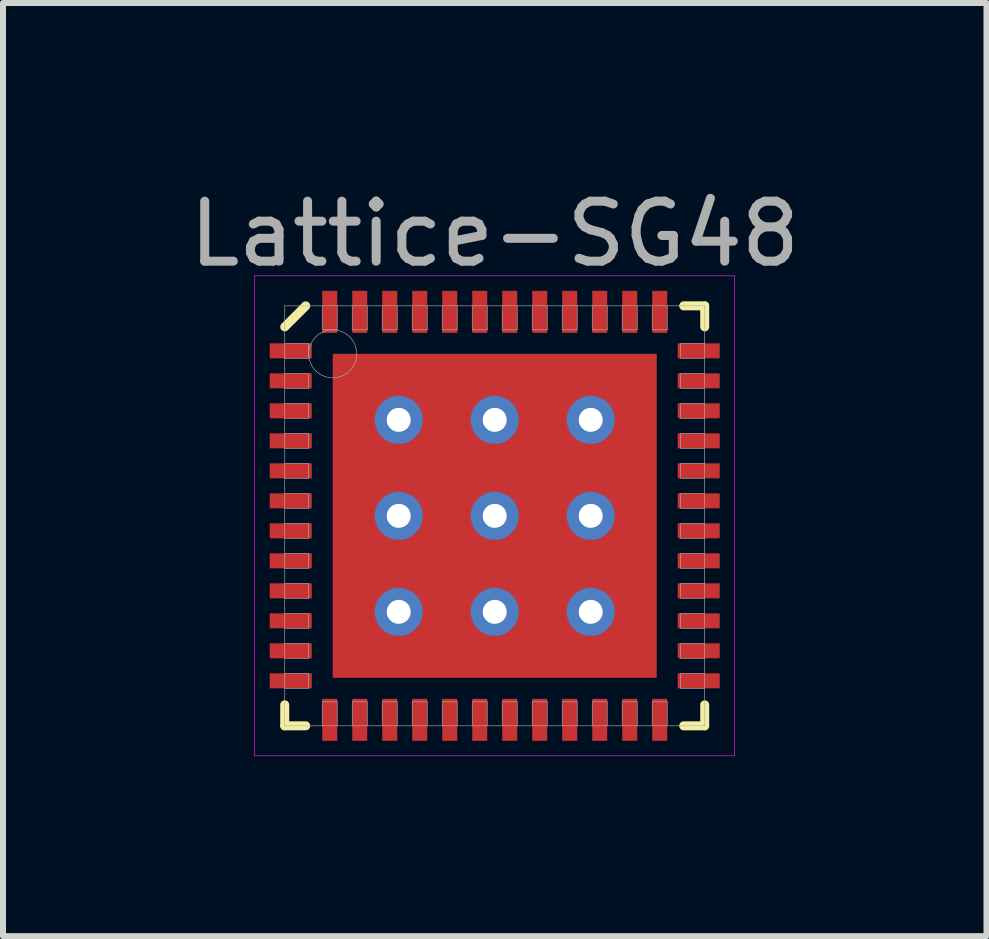
<source format=kicad_pcb>
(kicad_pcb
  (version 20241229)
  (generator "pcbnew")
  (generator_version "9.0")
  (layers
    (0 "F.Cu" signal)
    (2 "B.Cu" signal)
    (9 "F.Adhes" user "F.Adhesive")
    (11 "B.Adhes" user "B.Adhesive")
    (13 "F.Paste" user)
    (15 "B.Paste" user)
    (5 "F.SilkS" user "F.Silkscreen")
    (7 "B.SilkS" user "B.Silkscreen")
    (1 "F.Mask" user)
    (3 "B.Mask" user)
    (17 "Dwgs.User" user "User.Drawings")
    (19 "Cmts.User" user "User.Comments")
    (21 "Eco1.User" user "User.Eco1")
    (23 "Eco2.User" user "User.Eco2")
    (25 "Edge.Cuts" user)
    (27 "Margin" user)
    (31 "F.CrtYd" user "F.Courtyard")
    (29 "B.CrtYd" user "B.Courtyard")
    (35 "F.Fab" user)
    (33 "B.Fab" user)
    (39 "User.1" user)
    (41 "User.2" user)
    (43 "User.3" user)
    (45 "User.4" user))
  (footprint "Lattice-SG48"
    (layer "F.Cu")
    (at 5.196 5.548)
    (property "Reference" "Lattice-SG48" (at 0 -4.7 0) (layer "F.Fab") (effects (font (size 1 1) (thickness 0.15))))
    (attr smd)
    (fp_line (start -3.5 -3.15) (end -3.15 -3.5) (stroke (width 0.15) (type solid)) (layer "F.SilkS"))
    (fp_line (start -3.5 3.5) (end -3.5 3.15) (stroke (width 0.15) (type solid)) (layer "F.SilkS"))
    (fp_line (start -3.15 3.5) (end -3.5 3.5) (stroke (width 0.15) (type solid)) (layer "F.SilkS"))
    (fp_line (start 3.15 -3.5) (end 3.5 -3.5) (stroke (width 0.15) (type solid)) (layer "F.SilkS"))
    (fp_line (start 3.15 3.5) (end 3.5 3.5) (stroke (width 0.15) (type solid)) (layer "F.SilkS"))
    (fp_line (start 3.5 -3.5) (end 3.5 -3.15) (stroke (width 0.15) (type solid)) (layer "F.SilkS"))
    (fp_line (start 3.5 3.5) (end 3.5 3.15) (stroke (width 0.15) (type solid)) (layer "F.SilkS"))
    (fp_line (start -4 -4) (end 4 -4) (stroke (width 0.01) (type solid)) (layer "F.CrtYd"))
    (fp_line (start -4 4) (end -4 -4) (stroke (width 0.01) (type solid)) (layer "F.CrtYd"))
    (fp_line (start 4 -4) (end 4 4) (stroke (width 0.01) (type solid)) (layer "F.CrtYd"))
    (fp_line (start 4 4) (end -4 4) (stroke (width 0.01) (type solid)) (layer "F.CrtYd"))
    (fp_line (start -3.5 -3.5) (end 3.5 -3.5) (stroke (width 0.01) (type solid)) (layer "F.Fab"))
    (fp_line (start -3.5 -2.625) (end -3.1 -2.625) (stroke (width 0.01) (type solid)) (layer "F.Fab"))
    (fp_line (start -3.5 -2.125) (end -3.1 -2.125) (stroke (width 0.01) (type solid)) (layer "F.Fab"))
    (fp_line (start -3.5 -1.625) (end -3.1 -1.625) (stroke (width 0.01) (type solid)) (layer "F.Fab"))
    (fp_line (start -3.5 -1.125) (end -3.1 -1.125) (stroke (width 0.01) (type solid)) (layer "F.Fab"))
    (fp_line (start -3.5 -0.625) (end -3.1 -0.625) (stroke (width 0.01) (type solid)) (layer "F.Fab"))
    (fp_line (start -3.5 -0.125) (end -3.1 -0.125) (stroke (width 0.01) (type solid)) (layer "F.Fab"))
    (fp_line (start -3.5 0.375) (end -3.1 0.375) (stroke (width 0.01) (type solid)) (layer "F.Fab"))
    (fp_line (start -3.5 0.875) (end -3.1 0.875) (stroke (width 0.01) (type solid)) (layer "F.Fab"))
    (fp_line (start -3.5 1.375) (end -3.1 1.375) (stroke (width 0.01) (type solid)) (layer "F.Fab"))
    (fp_line (start -3.5 1.875) (end -3.1 1.875) (stroke (width 0.01) (type solid)) (layer "F.Fab"))
    (fp_line (start -3.5 2.375) (end -3.1 2.375) (stroke (width 0.01) (type solid)) (layer "F.Fab"))
    (fp_line (start -3.5 2.875) (end -3.1 2.875) (stroke (width 0.01) (type solid)) (layer "F.Fab"))
    (fp_line (start -3.5 3.5) (end -3.5 -3.5) (stroke (width 0.01) (type solid)) (layer "F.Fab"))
    (fp_line (start -3.1 -2.875) (end -3.5 -2.875) (stroke (width 0.01) (type solid)) (layer "F.Fab"))
    (fp_line (start -3.1 -2.625) (end -3.1 -2.875) (stroke (width 0.01) (type solid)) (layer "F.Fab"))
    (fp_line (start -3.1 -2.375) (end -3.5 -2.375) (stroke (width 0.01) (type solid)) (layer "F.Fab"))
    (fp_line (start -3.1 -2.125) (end -3.1 -2.375) (stroke (width 0.01) (type solid)) (layer "F.Fab"))
    (fp_line (start -3.1 -1.875) (end -3.5 -1.875) (stroke (width 0.01) (type solid)) (layer "F.Fab"))
    (fp_line (start -3.1 -1.625) (end -3.1 -1.875) (stroke (width 0.01) (type solid)) (layer "F.Fab"))
    (fp_line (start -3.1 -1.375) (end -3.5 -1.375) (stroke (width 0.01) (type solid)) (layer "F.Fab"))
    (fp_line (start -3.1 -1.125) (end -3.1 -1.375) (stroke (width 0.01) (type solid)) (layer "F.Fab"))
    (fp_line (start -3.1 -0.875) (end -3.5 -0.875) (stroke (width 0.01) (type solid)) (layer "F.Fab"))
    (fp_line (start -3.1 -0.625) (end -3.1 -0.875) (stroke (width 0.01) (type solid)) (layer "F.Fab"))
    (fp_line (start -3.1 -0.375) (end -3.5 -0.375) (stroke (width 0.01) (type solid)) (layer "F.Fab"))
    (fp_line (start -3.1 -0.125) (end -3.1 -0.375) (stroke (width 0.01) (type solid)) (layer "F.Fab"))
    (fp_line (start -3.1 0.125) (end -3.5 0.125) (stroke (width 0.01) (type solid)) (layer "F.Fab"))
    (fp_line (start -3.1 0.375) (end -3.1 0.125) (stroke (width 0.01) (type solid)) (layer "F.Fab"))
    (fp_line (start -3.1 0.625) (end -3.5 0.625) (stroke (width 0.01) (type solid)) (layer "F.Fab"))
    (fp_line (start -3.1 0.875) (end -3.1 0.625) (stroke (width 0.01) (type solid)) (layer "F.Fab"))
    (fp_line (start -3.1 1.125) (end -3.5 1.125) (stroke (width 0.01) (type solid)) (layer "F.Fab"))
    (fp_line (start -3.1 1.375) (end -3.1 1.125) (stroke (width 0.01) (type solid)) (layer "F.Fab"))
    (fp_line (start -3.1 1.625) (end -3.5 1.625) (stroke (width 0.01) (type solid)) (layer "F.Fab"))
    (fp_line (start -3.1 1.875) (end -3.1 1.625) (stroke (width 0.01) (type solid)) (layer "F.Fab"))
    (fp_line (start -3.1 2.125) (end -3.5 2.125) (stroke (width 0.01) (type solid)) (layer "F.Fab"))
    (fp_line (start -3.1 2.375) (end -3.1 2.125) (stroke (width 0.01) (type solid)) (layer "F.Fab"))
    (fp_line (start -3.1 2.625) (end -3.5 2.625) (stroke (width 0.01) (type solid)) (layer "F.Fab"))
    (fp_line (start -3.1 2.875) (end -3.1 2.625) (stroke (width 0.01) (type solid)) (layer "F.Fab"))
    (fp_line (start -2.875 -3.5) (end -2.875 -3.1) (stroke (width 0.01) (type solid)) (layer "F.Fab"))
    (fp_line (start -2.875 -3.1) (end -2.625 -3.1) (stroke (width 0.01) (type solid)) (layer "F.Fab"))
    (fp_line (start -2.875 3.1) (end -2.875 3.5) (stroke (width 0.01) (type solid)) (layer "F.Fab"))
    (fp_line (start -2.625 -3.1) (end -2.625 -3.5) (stroke (width 0.01) (type solid)) (layer "F.Fab"))
    (fp_line (start -2.625 3.1) (end -2.875 3.1) (stroke (width 0.01) (type solid)) (layer "F.Fab"))
    (fp_line (start -2.625 3.5) (end -2.625 3.1) (stroke (width 0.01) (type solid)) (layer "F.Fab"))
    (fp_line (start -2.375 -3.5) (end -2.375 -3.1) (stroke (width 0.01) (type solid)) (layer "F.Fab"))
    (fp_line (start -2.375 -3.1) (end -2.125 -3.1) (stroke (width 0.01) (type solid)) (layer "F.Fab"))
    (fp_line (start -2.375 3.1) (end -2.375 3.5) (stroke (width 0.01) (type solid)) (layer "F.Fab"))
    (fp_line (start -2.125 -3.1) (end -2.125 -3.5) (stroke (width 0.01) (type solid)) (layer "F.Fab"))
    (fp_line (start -2.125 3.1) (end -2.375 3.1) (stroke (width 0.01) (type solid)) (layer "F.Fab"))
    (fp_line (start -2.125 3.5) (end -2.125 3.1) (stroke (width 0.01) (type solid)) (layer "F.Fab"))
    (fp_line (start -1.875 -3.5) (end -1.875 -3.1) (stroke (width 0.01) (type solid)) (layer "F.Fab"))
    (fp_line (start -1.875 -3.1) (end -1.625 -3.1) (stroke (width 0.01) (type solid)) (layer "F.Fab"))
    (fp_line (start -1.875 3.1) (end -1.875 3.5) (stroke (width 0.01) (type solid)) (layer "F.Fab"))
    (fp_line (start -1.625 -3.1) (end -1.625 -3.5) (stroke (width 0.01) (type solid)) (layer "F.Fab"))
    (fp_line (start -1.625 3.1) (end -1.875 3.1) (stroke (width 0.01) (type solid)) (layer "F.Fab"))
    (fp_line (start -1.625 3.5) (end -1.625 3.1) (stroke (width 0.01) (type solid)) (layer "F.Fab"))
    (fp_line (start -1.375 -3.5) (end -1.375 -3.1) (stroke (width 0.01) (type solid)) (layer "F.Fab"))
    (fp_line (start -1.375 -3.1) (end -1.125 -3.1) (stroke (width 0.01) (type solid)) (layer "F.Fab"))
    (fp_line (start -1.375 3.1) (end -1.375 3.5) (stroke (width 0.01) (type solid)) (layer "F.Fab"))
    (fp_line (start -1.125 -3.1) (end -1.125 -3.5) (stroke (width 0.01) (type solid)) (layer "F.Fab"))
    (fp_line (start -1.125 3.1) (end -1.375 3.1) (stroke (width 0.01) (type solid)) (layer "F.Fab"))
    (fp_line (start -1.125 3.5) (end -1.125 3.1) (stroke (width 0.01) (type solid)) (layer "F.Fab"))
    (fp_line (start -0.875 -3.5) (end -0.875 -3.1) (stroke (width 0.01) (type solid)) (layer "F.Fab"))
    (fp_line (start -0.875 -3.1) (end -0.625 -3.1) (stroke (width 0.01) (type solid)) (layer "F.Fab"))
    (fp_line (start -0.875 3.1) (end -0.875 3.5) (stroke (width 0.01) (type solid)) (layer "F.Fab"))
    (fp_line (start -0.625 -3.1) (end -0.625 -3.5) (stroke (width 0.01) (type solid)) (layer "F.Fab"))
    (fp_line (start -0.625 3.1) (end -0.875 3.1) (stroke (width 0.01) (type solid)) (layer "F.Fab"))
    (fp_line (start -0.625 3.5) (end -0.625 3.1) (stroke (width 0.01) (type solid)) (layer "F.Fab"))
    (fp_line (start -0.375 -3.5) (end -0.375 -3.1) (stroke (width 0.01) (type solid)) (layer "F.Fab"))
    (fp_line (start -0.375 -3.1) (end -0.125 -3.1) (stroke (width 0.01) (type solid)) (layer "F.Fab"))
    (fp_line (start -0.375 3.1) (end -0.375 3.5) (stroke (width 0.01) (type solid)) (layer "F.Fab"))
    (fp_line (start -0.125 -3.1) (end -0.125 -3.5) (stroke (width 0.01) (type solid)) (layer "F.Fab"))
    (fp_line (start -0.125 3.1) (end -0.375 3.1) (stroke (width 0.01) (type solid)) (layer "F.Fab"))
    (fp_line (start -0.125 3.5) (end -0.125 3.1) (stroke (width 0.01) (type solid)) (layer "F.Fab"))
    (fp_line (start 0.125 -3.5) (end 0.125 -3.1) (stroke (width 0.01) (type solid)) (layer "F.Fab"))
    (fp_line (start 0.125 -3.1) (end 0.375 -3.1) (stroke (width 0.01) (type solid)) (layer "F.Fab"))
    (fp_line (start 0.125 3.1) (end 0.125 3.5) (stroke (width 0.01) (type solid)) (layer "F.Fab"))
    (fp_line (start 0.375 -3.1) (end 0.375 -3.5) (stroke (width 0.01) (type solid)) (layer "F.Fab"))
    (fp_line (start 0.375 3.1) (end 0.125 3.1) (stroke (width 0.01) (type solid)) (layer "F.Fab"))
    (fp_line (start 0.375 3.5) (end 0.375 3.1) (stroke (width 0.01) (type solid)) (layer "F.Fab"))
    (fp_line (start 0.625 -3.5) (end 0.625 -3.1) (stroke (width 0.01) (type solid)) (layer "F.Fab"))
    (fp_line (start 0.625 -3.1) (end 0.875 -3.1) (stroke (width 0.01) (type solid)) (layer "F.Fab"))
    (fp_line (start 0.625 3.1) (end 0.625 3.5) (stroke (width 0.01) (type solid)) (layer "F.Fab"))
    (fp_line (start 0.875 -3.1) (end 0.875 -3.5) (stroke (width 0.01) (type solid)) (layer "F.Fab"))
    (fp_line (start 0.875 3.1) (end 0.625 3.1) (stroke (width 0.01) (type solid)) (layer "F.Fab"))
    (fp_line (start 0.875 3.5) (end 0.875 3.1) (stroke (width 0.01) (type solid)) (layer "F.Fab"))
    (fp_line (start 1.125 -3.5) (end 1.125 -3.1) (stroke (width 0.01) (type solid)) (layer "F.Fab"))
    (fp_line (start 1.125 -3.1) (end 1.375 -3.1) (stroke (width 0.01) (type solid)) (layer "F.Fab"))
    (fp_line (start 1.125 3.1) (end 1.125 3.5) (stroke (width 0.01) (type solid)) (layer "F.Fab"))
    (fp_line (start 1.375 -3.1) (end 1.375 -3.5) (stroke (width 0.01) (type solid)) (layer "F.Fab"))
    (fp_line (start 1.375 3.1) (end 1.125 3.1) (stroke (width 0.01) (type solid)) (layer "F.Fab"))
    (fp_line (start 1.375 3.5) (end 1.375 3.1) (stroke (width 0.01) (type solid)) (layer "F.Fab"))
    (fp_line (start 1.625 -3.5) (end 1.625 -3.1) (stroke (width 0.01) (type solid)) (layer "F.Fab"))
    (fp_line (start 1.625 -3.1) (end 1.875 -3.1) (stroke (width 0.01) (type solid)) (layer "F.Fab"))
    (fp_line (start 1.625 3.1) (end 1.625 3.5) (stroke (width 0.01) (type solid)) (layer "F.Fab"))
    (fp_line (start 1.875 -3.1) (end 1.875 -3.5) (stroke (width 0.01) (type solid)) (layer "F.Fab"))
    (fp_line (start 1.875 3.1) (end 1.625 3.1) (stroke (width 0.01) (type solid)) (layer "F.Fab"))
    (fp_line (start 1.875 3.5) (end 1.875 3.1) (stroke (width 0.01) (type solid)) (layer "F.Fab"))
    (fp_line (start 2.125 -3.5) (end 2.125 -3.1) (stroke (width 0.01) (type solid)) (layer "F.Fab"))
    (fp_line (start 2.125 -3.1) (end 2.375 -3.1) (stroke (width 0.01) (type solid)) (layer "F.Fab"))
    (fp_line (start 2.125 3.1) (end 2.125 3.5) (stroke (width 0.01) (type solid)) (layer "F.Fab"))
    (fp_line (start 2.375 -3.1) (end 2.375 -3.5) (stroke (width 0.01) (type solid)) (layer "F.Fab"))
    (fp_line (start 2.375 3.1) (end 2.125 3.1) (stroke (width 0.01) (type solid)) (layer "F.Fab"))
    (fp_line (start 2.375 3.5) (end 2.375 3.1) (stroke (width 0.01) (type solid)) (layer "F.Fab"))
    (fp_line (start 2.625 -3.5) (end 2.625 -3.1) (stroke (width 0.01) (type solid)) (layer "F.Fab"))
    (fp_line (start 2.625 -3.1) (end 2.875 -3.1) (stroke (width 0.01) (type solid)) (layer "F.Fab"))
    (fp_line (start 2.625 3.1) (end 2.625 3.5) (stroke (width 0.01) (type solid)) (layer "F.Fab"))
    (fp_line (start 2.875 -3.1) (end 2.875 -3.5) (stroke (width 0.01) (type solid)) (layer "F.Fab"))
    (fp_line (start 2.875 3.1) (end 2.625 3.1) (stroke (width 0.01) (type solid)) (layer "F.Fab"))
    (fp_line (start 2.875 3.5) (end 2.875 3.1) (stroke (width 0.01) (type solid)) (layer "F.Fab"))
    (fp_line (start 3.1 -2.875) (end 3.1 -2.625) (stroke (width 0.01) (type solid)) (layer "F.Fab"))
    (fp_line (start 3.1 -2.625) (end 3.5 -2.625) (stroke (width 0.01) (type solid)) (layer "F.Fab"))
    (fp_line (start 3.1 -2.375) (end 3.1 -2.125) (stroke (width 0.01) (type solid)) (layer "F.Fab"))
    (fp_line (start 3.1 -2.125) (end 3.5 -2.125) (stroke (width 0.01) (type solid)) (layer "F.Fab"))
    (fp_line (start 3.1 -1.875) (end 3.1 -1.625) (stroke (width 0.01) (type solid)) (layer "F.Fab"))
    (fp_line (start 3.1 -1.625) (end 3.5 -1.625) (stroke (width 0.01) (type solid)) (layer "F.Fab"))
    (fp_line (start 3.1 -1.375) (end 3.1 -1.125) (stroke (width 0.01) (type solid)) (layer "F.Fab"))
    (fp_line (start 3.1 -1.125) (end 3.5 -1.125) (stroke (width 0.01) (type solid)) (layer "F.Fab"))
    (fp_line (start 3.1 -0.875) (end 3.1 -0.625) (stroke (width 0.01) (type solid)) (layer "F.Fab"))
    (fp_line (start 3.1 -0.625) (end 3.5 -0.625) (stroke (width 0.01) (type solid)) (layer "F.Fab"))
    (fp_line (start 3.1 -0.375) (end 3.1 -0.125) (stroke (width 0.01) (type solid)) (layer "F.Fab"))
    (fp_line (start 3.1 -0.125) (end 3.5 -0.125) (stroke (width 0.01) (type solid)) (layer "F.Fab"))
    (fp_line (start 3.1 0.125) (end 3.1 0.375) (stroke (width 0.01) (type solid)) (layer "F.Fab"))
    (fp_line (start 3.1 0.375) (end 3.5 0.375) (stroke (width 0.01) (type solid)) (layer "F.Fab"))
    (fp_line (start 3.1 0.625) (end 3.1 0.875) (stroke (width 0.01) (type solid)) (layer "F.Fab"))
    (fp_line (start 3.1 0.875) (end 3.5 0.875) (stroke (width 0.01) (type solid)) (layer "F.Fab"))
    (fp_line (start 3.1 1.125) (end 3.1 1.375) (stroke (width 0.01) (type solid)) (layer "F.Fab"))
    (fp_line (start 3.1 1.375) (end 3.5 1.375) (stroke (width 0.01) (type solid)) (layer "F.Fab"))
    (fp_line (start 3.1 1.625) (end 3.1 1.875) (stroke (width 0.01) (type solid)) (layer "F.Fab"))
    (fp_line (start 3.1 1.875) (end 3.5 1.875) (stroke (width 0.01) (type solid)) (layer "F.Fab"))
    (fp_line (start 3.1 2.125) (end 3.1 2.375) (stroke (width 0.01) (type solid)) (layer "F.Fab"))
    (fp_line (start 3.1 2.375) (end 3.5 2.375) (stroke (width 0.01) (type solid)) (layer "F.Fab"))
    (fp_line (start 3.1 2.625) (end 3.1 2.875) (stroke (width 0.01) (type solid)) (layer "F.Fab"))
    (fp_line (start 3.1 2.875) (end 3.5 2.875) (stroke (width 0.01) (type solid)) (layer "F.Fab"))
    (fp_line (start 3.5 -3.5) (end 3.5 3.5) (stroke (width 0.01) (type solid)) (layer "F.Fab"))
    (fp_line (start 3.5 -2.875) (end 3.1 -2.875) (stroke (width 0.01) (type solid)) (layer "F.Fab"))
    (fp_line (start 3.5 -2.375) (end 3.1 -2.375) (stroke (width 0.01) (type solid)) (layer "F.Fab"))
    (fp_line (start 3.5 -1.875) (end 3.1 -1.875) (stroke (width 0.01) (type solid)) (layer "F.Fab"))
    (fp_line (start 3.5 -1.375) (end 3.1 -1.375) (stroke (width 0.01) (type solid)) (layer "F.Fab"))
    (fp_line (start 3.5 -0.875) (end 3.1 -0.875) (stroke (width 0.01) (type solid)) (layer "F.Fab"))
    (fp_line (start 3.5 -0.375) (end 3.1 -0.375) (stroke (width 0.01) (type solid)) (layer "F.Fab"))
    (fp_line (start 3.5 0.125) (end 3.1 0.125) (stroke (width 0.01) (type solid)) (layer "F.Fab"))
    (fp_line (start 3.5 0.625) (end 3.1 0.625) (stroke (width 0.01) (type solid)) (layer "F.Fab"))
    (fp_line (start 3.5 1.125) (end 3.1 1.125) (stroke (width 0.01) (type solid)) (layer "F.Fab"))
    (fp_line (start 3.5 1.625) (end 3.1 1.625) (stroke (width 0.01) (type solid)) (layer "F.Fab"))
    (fp_line (start 3.5 2.125) (end 3.1 2.125) (stroke (width 0.01) (type solid)) (layer "F.Fab"))
    (fp_line (start 3.5 2.625) (end 3.1 2.625) (stroke (width 0.01) (type solid)) (layer "F.Fab"))
    (fp_line (start 3.5 3.5) (end -3.5 3.5) (stroke (width 0.01) (type solid)) (layer "F.Fab"))
    (fp_circle (center -2.7 -2.7) (end -2.7 -2.3) (stroke (width 0.01) (type solid)) (fill no) (layer "F.Fab"))
    (pad "" smd rect (at -2.1 -2.1) (size 0.8 0.8) (layers "F.Mask"))
    (pad "" smd rect (at -2.1 -2.1) (size 0.8 0.8) (layers "F.Paste"))
    (pad "" smd rect (at -2.1 -0.7) (size 0.8 0.8) (layers "F.Mask"))
    (pad "" smd rect (at -2.1 -0.7) (size 0.8 0.8) (layers "F.Paste"))
    (pad "" smd rect (at -2.1 0.7) (size 0.8 0.8) (layers "F.Mask"))
    (pad "" smd rect (at -2.1 0.7) (size 0.8 0.8) (layers "F.Paste"))
    (pad "" smd rect (at -2.1 2.1) (size 0.8 0.8) (layers "F.Mask"))
    (pad "" smd rect (at -2.1 2.1) (size 0.8 0.8) (layers "F.Paste"))
    (pad "" smd rect (at -0.7 -2.1) (size 0.8 0.8) (layers "F.Mask"))
    (pad "" smd rect (at -0.7 -2.1) (size 0.8 0.8) (layers "F.Paste"))
    (pad "" smd rect (at -0.7 -0.7) (size 0.8 0.8) (layers "F.Mask"))
    (pad "" smd rect (at -0.7 -0.7) (size 0.8 0.8) (layers "F.Paste"))
    (pad "" smd rect (at -0.7 0.7) (size 0.8 0.8) (layers "F.Mask"))
    (pad "" smd rect (at -0.7 0.7) (size 0.8 0.8) (layers "F.Paste"))
    (pad "" smd rect (at -0.7 2.1) (size 0.8 0.8) (layers "F.Mask"))
    (pad "" smd rect (at -0.7 2.1) (size 0.8 0.8) (layers "F.Paste"))
    (pad "" smd rect (at 0.7 -2.1) (size 0.8 0.8) (layers "F.Mask"))
    (pad "" smd rect (at 0.7 -2.1) (size 0.8 0.8) (layers "F.Paste"))
    (pad "" smd rect (at 0.7 -0.7) (size 0.8 0.8) (layers "F.Mask"))
    (pad "" smd rect (at 0.7 -0.7) (size 0.8 0.8) (layers "F.Paste"))
    (pad "" smd rect (at 0.7 0.7) (size 0.8 0.8) (layers "F.Mask"))
    (pad "" smd rect (at 0.7 0.7) (size 0.8 0.8) (layers "F.Paste"))
    (pad "" smd rect (at 0.7 2.1) (size 0.8 0.8) (layers "F.Mask"))
    (pad "" smd rect (at 0.7 2.1) (size 0.8 0.8) (layers "F.Paste"))
    (pad "" smd rect (at 2.1 -2.1) (size 0.8 0.8) (layers "F.Mask"))
    (pad "" smd rect (at 2.1 -2.1) (size 0.8 0.8) (layers "F.Paste"))
    (pad "" smd rect (at 2.1 -0.7) (size 0.8 0.8) (layers "F.Mask"))
    (pad "" smd rect (at 2.1 -0.7) (size 0.8 0.8) (layers "F.Paste"))
    (pad "" smd rect (at 2.1 0.7) (size 0.8 0.8) (layers "F.Mask"))
    (pad "" smd rect (at 2.1 0.7) (size 0.8 0.8) (layers "F.Paste"))
    (pad "" smd rect (at 2.1 2.1) (size 0.8 0.8) (layers "F.Mask"))
    (pad "" smd rect (at 2.1 2.1) (size 0.8 0.8) (layers "F.Paste"))
    (pad "1" smd rect (at -3.4 -2.75) (size 0.7 0.25) (layers "F.Cu" "F.Mask" "F.Paste"))
    (pad "2" smd rect (at -3.4 -2.25) (size 0.7 0.25) (layers "F.Cu" "F.Mask" "F.Paste"))
    (pad "3" smd rect (at -3.4 -1.75) (size 0.7 0.25) (layers "F.Cu" "F.Mask" "F.Paste"))
    (pad "4" smd rect (at -3.4 -1.25) (size 0.7 0.25) (layers "F.Cu" "F.Mask" "F.Paste"))
    (pad "5" smd rect (at -3.4 -0.75) (size 0.7 0.25) (layers "F.Cu" "F.Mask" "F.Paste"))
    (pad "6" smd rect (at -3.4 -0.25) (size 0.7 0.25) (layers "F.Cu" "F.Mask" "F.Paste"))
    (pad "7" smd rect (at -3.4 0.25) (size 0.7 0.25) (layers "F.Cu" "F.Mask" "F.Paste"))
    (pad "8" smd rect (at -3.4 0.75) (size 0.7 0.25) (layers "F.Cu" "F.Mask" "F.Paste"))
    (pad "9" smd rect (at -3.4 1.25) (size 0.7 0.25) (layers "F.Cu" "F.Mask" "F.Paste"))
    (pad "10" smd rect (at -3.4 1.75) (size 0.7 0.25) (layers "F.Cu" "F.Mask" "F.Paste"))
    (pad "11" smd rect (at -3.4 2.25) (size 0.7 0.25) (layers "F.Cu" "F.Mask" "F.Paste"))
    (pad "12" smd rect (at -3.4 2.75) (size 0.7 0.25) (layers "F.Cu" "F.Mask" "F.Paste"))
    (pad "13" smd rect (at -2.75 3.4) (size 0.25 0.7) (layers "F.Cu" "F.Mask" "F.Paste"))
    (pad "14" smd rect (at -2.25 3.4) (size 0.25 0.7) (layers "F.Cu" "F.Mask" "F.Paste"))
    (pad "15" smd rect (at -1.75 3.4) (size 0.25 0.7) (layers "F.Cu" "F.Mask" "F.Paste"))
    (pad "16" smd rect (at -1.25 3.4) (size 0.25 0.7) (layers "F.Cu" "F.Mask" "F.Paste"))
    (pad "17" smd rect (at -0.75 3.4) (size 0.25 0.7) (layers "F.Cu" "F.Mask" "F.Paste"))
    (pad "18" smd rect (at -0.25 3.4) (size 0.25 0.7) (layers "F.Cu" "F.Mask" "F.Paste"))
    (pad "19" smd rect (at 0.25 3.4) (size 0.25 0.7) (layers "F.Cu" "F.Mask" "F.Paste"))
    (pad "20" smd rect (at 0.75 3.4) (size 0.25 0.7) (layers "F.Cu" "F.Mask" "F.Paste"))
    (pad "21" smd rect (at 1.25 3.4) (size 0.25 0.7) (layers "F.Cu" "F.Mask" "F.Paste"))
    (pad "22" smd rect (at 1.75 3.4) (size 0.25 0.7) (layers "F.Cu" "F.Mask" "F.Paste"))
    (pad "23" smd rect (at 2.25 3.4) (size 0.25 0.7) (layers "F.Cu" "F.Mask" "F.Paste"))
    (pad "24" smd rect (at 2.75 3.4) (size 0.25 0.7) (layers "F.Cu" "F.Mask" "F.Paste"))
    (pad "25" smd rect (at 3.4 2.75) (size 0.7 0.25) (layers "F.Cu" "F.Mask" "F.Paste"))
    (pad "26" smd rect (at 3.4 2.25) (size 0.7 0.25) (layers "F.Cu" "F.Mask" "F.Paste"))
    (pad "27" smd rect (at 3.4 1.75) (size 0.7 0.25) (layers "F.Cu" "F.Mask" "F.Paste"))
    (pad "28" smd rect (at 3.4 1.25) (size 0.7 0.25) (layers "F.Cu" "F.Mask" "F.Paste"))
    (pad "29" smd rect (at 3.4 0.75) (size 0.7 0.25) (layers "F.Cu" "F.Mask" "F.Paste"))
    (pad "30" smd rect (at 3.4 0.25) (size 0.7 0.25) (layers "F.Cu" "F.Mask" "F.Paste"))
    (pad "31" smd rect (at 3.4 -0.25) (size 0.7 0.25) (layers "F.Cu" "F.Mask" "F.Paste"))
    (pad "32" smd rect (at 3.4 -0.75) (size 0.7 0.25) (layers "F.Cu" "F.Mask" "F.Paste"))
    (pad "33" smd rect (at 3.4 -1.25) (size 0.7 0.25) (layers "F.Cu" "F.Mask" "F.Paste"))
    (pad "34" smd rect (at 3.4 -1.75) (size 0.7 0.25) (layers "F.Cu" "F.Mask" "F.Paste"))
    (pad "35" smd rect (at 3.4 -2.25) (size 0.7 0.25) (layers "F.Cu" "F.Mask" "F.Paste"))
    (pad "36" smd rect (at 3.4 -2.75) (size 0.7 0.25) (layers "F.Cu" "F.Mask" "F.Paste"))
    (pad "37" smd rect (at 2.75 -3.4) (size 0.25 0.7) (layers "F.Cu" "F.Mask" "F.Paste"))
    (pad "38" smd rect (at 2.25 -3.4) (size 0.25 0.7) (layers "F.Cu" "F.Mask" "F.Paste"))
    (pad "39" smd rect (at 1.75 -3.4) (size 0.25 0.7) (layers "F.Cu" "F.Mask" "F.Paste"))
    (pad "40" smd rect (at 1.25 -3.4) (size 0.25 0.7) (layers "F.Cu" "F.Mask" "F.Paste"))
    (pad "41" smd rect (at 0.75 -3.4) (size 0.25 0.7) (layers "F.Cu" "F.Mask" "F.Paste"))
    (pad "42" smd rect (at 0.25 -3.4) (size 0.25 0.7) (layers "F.Cu" "F.Mask" "F.Paste"))
    (pad "43" smd rect (at -0.25 -3.4) (size 0.25 0.7) (layers "F.Cu" "F.Mask" "F.Paste"))
    (pad "44" smd rect (at -0.75 -3.4) (size 0.25 0.7) (layers "F.Cu" "F.Mask" "F.Paste"))
    (pad "45" smd rect (at -1.25 -3.4) (size 0.25 0.7) (layers "F.Cu" "F.Mask" "F.Paste"))
    (pad "46" smd rect (at -1.75 -3.4) (size 0.25 0.7) (layers "F.Cu" "F.Mask" "F.Paste"))
    (pad "47" smd rect (at -2.25 -3.4) (size 0.25 0.7) (layers "F.Cu" "F.Mask" "F.Paste"))
    (pad "48" smd rect (at -2.75 -3.4) (size 0.25 0.7) (layers "F.Cu" "F.Mask" "F.Paste"))
    (pad "EP" thru_hole circle (at -1.6 -1.6) (size 0.8 0.8) (drill 0.4) (layers "*.Cu"))
    (pad "EP" thru_hole circle (at -1.6 0) (size 0.8 0.8) (drill 0.4) (layers "*.Cu"))
    (pad "EP" thru_hole circle (at -1.6 1.6) (size 0.8 0.8) (drill 0.4) (layers "*.Cu"))
    (pad "EP" thru_hole circle (at 0 -1.6) (size 0.8 0.8) (drill 0.4) (layers "*.Cu"))
    (pad "EP" thru_hole circle (at 0 0) (size 0.8 0.8) (drill 0.4) (layers "*.Cu"))
    (pad "EP" smd rect (at 0 0) (size 5.4 5.4) (layers "F.Cu"))
    (pad "EP" thru_hole circle (at 0 1.6) (size 0.8 0.8) (drill 0.4) (layers "*.Cu"))
    (pad "EP" thru_hole circle (at 1.6 -1.6) (size 0.8 0.8) (drill 0.4) (layers "*.Cu"))
    (pad "EP" thru_hole circle (at 1.6 0) (size 0.8 0.8) (drill 0.4) (layers "*.Cu"))
    (pad "EP" thru_hole circle (at 1.6 1.6) (size 0.8 0.8) (drill 0.4) (layers "*.Cu")))
  (gr_rect
    (start -3 -3)
    (end 13.393 12.553)
    (stroke (width 0.1) (type default))
    (fill no)
    (layer "Edge.Cuts")))
</source>
